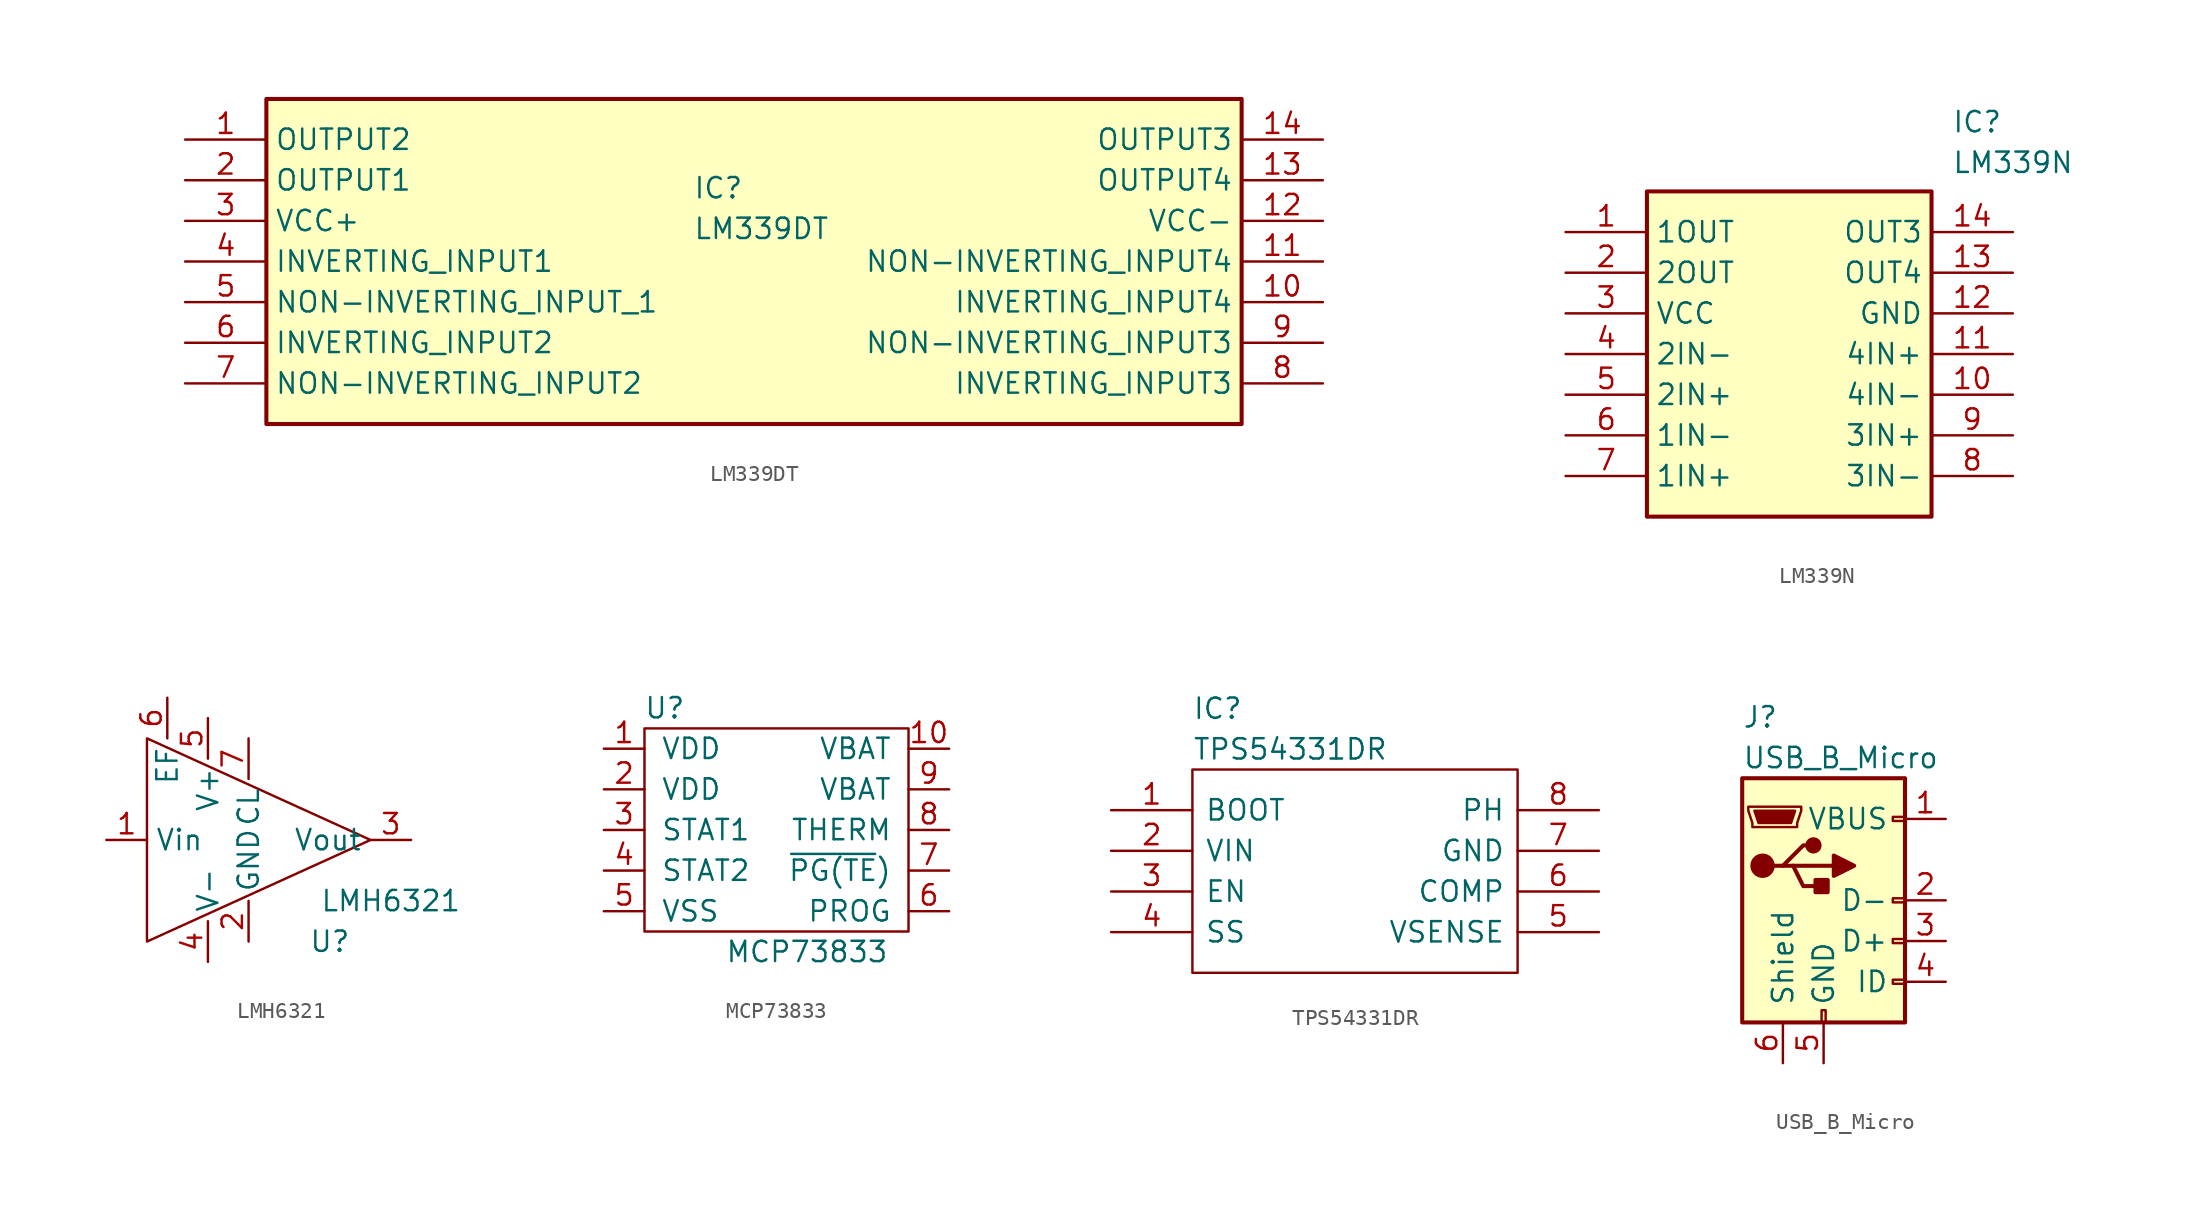
<source format=kicad_sym>
(kicad_symbol_lib
  (version 20231120)
  (generator "kicad_symbol_editor")
  (generator_version "8.0")
  (symbol "LM339DT"
    (property "Reference" "IC"
      (at 31.75 -2.286 0)
      (effects (font (size 1.27 1.27)) (justify left top)))
    (property "Value" "LM339DT"
      (at 31.75 -4.826 0)
      (effects (font (size 1.27 1.27)) (justify left top)))
    (symbol "LM339DT_1_1"
      (rectangle (start 5.08 2.54) (end 66.04 -17.78) (stroke (width 0.254) (type default)) (fill (type background)))
      (pin passive line (at 0 0 0) (length 5.08) (name "OUTPUT2" (effects (font (size 1.27 1.27)))) (number "1" (effects (font (size 1.27 1.27)))))
      (pin passive line (at 71.12 -10.16 180) (length 5.08) (name "INVERTING_INPUT4" (effects (font (size 1.27 1.27)))) (number "10" (effects (font (size 1.27 1.27)))))
      (pin passive line (at 71.12 -7.62 180) (length 5.08) (name "NON-INVERTING_INPUT4" (effects (font (size 1.27 1.27)))) (number "11" (effects (font (size 1.27 1.27)))))
      (pin passive line (at 71.12 -5.08 180) (length 5.08) (name "VCC-" (effects (font (size 1.27 1.27)))) (number "12" (effects (font (size 1.27 1.27)))))
      (pin passive line (at 71.12 -2.54 180) (length 5.08) (name "OUTPUT4" (effects (font (size 1.27 1.27)))) (number "13" (effects (font (size 1.27 1.27)))))
      (pin passive line (at 71.12 0 180) (length 5.08) (name "OUTPUT3" (effects (font (size 1.27 1.27)))) (number "14" (effects (font (size 1.27 1.27)))))
      (pin passive line (at 0 -2.54 0) (length 5.08) (name "OUTPUT1" (effects (font (size 1.27 1.27)))) (number "2" (effects (font (size 1.27 1.27)))))
      (pin passive line (at 0 -5.08 0) (length 5.08) (name "VCC+" (effects (font (size 1.27 1.27)))) (number "3" (effects (font (size 1.27 1.27)))))
      (pin passive line (at 0 -7.62 0) (length 5.08) (name "INVERTING_INPUT1" (effects (font (size 1.27 1.27)))) (number "4" (effects (font (size 1.27 1.27)))))
      (pin passive line (at 0 -10.16 0) (length 5.08) (name "NON-INVERTING_INPUT_1" (effects (font (size 1.27 1.27)))) (number "5" (effects (font (size 1.27 1.27)))))
      (pin passive line (at 0 -12.7 0) (length 5.08) (name "INVERTING_INPUT2" (effects (font (size 1.27 1.27)))) (number "6" (effects (font (size 1.27 1.27)))))
      (pin passive line (at 0 -15.24 0) (length 5.08) (name "NON-INVERTING_INPUT2" (effects (font (size 1.27 1.27)))) (number "7" (effects (font (size 1.27 1.27)))))
      (pin passive line (at 71.12 -15.24 180) (length 5.08) (name "INVERTING_INPUT3" (effects (font (size 1.27 1.27)))) (number "8" (effects (font (size 1.27 1.27)))))
      (pin passive line (at 71.12 -12.7 180) (length 5.08) (name "NON-INVERTING_INPUT3" (effects (font (size 1.27 1.27)))) (number "9" (effects (font (size 1.27 1.27)))))))
  (symbol "LM339N"
    (property "Reference" "IC"
      (at 24.13 7.62 0)
      (effects (font (size 1.27 1.27)) (justify left top)))
    (property "Value" "LM339N"
      (at 24.13 5.08 0)
      (effects (font (size 1.27 1.27)) (justify left top)))
    (symbol "LM339N_1_1"
      (rectangle (start 5.08 2.54) (end 22.86 -17.78) (stroke (width 0.254) (type default)) (fill (type background)))
      (pin passive line (at 0 0 0) (length 5.08) (name "1OUT" (effects (font (size 1.27 1.27)))) (number "1" (effects (font (size 1.27 1.27)))))
      (pin passive line (at 27.94 -10.16 180) (length 5.08) (name "4IN-" (effects (font (size 1.27 1.27)))) (number "10" (effects (font (size 1.27 1.27)))))
      (pin passive line (at 27.94 -7.62 180) (length 5.08) (name "4IN+" (effects (font (size 1.27 1.27)))) (number "11" (effects (font (size 1.27 1.27)))))
      (pin passive line (at 27.94 -5.08 180) (length 5.08) (name "GND" (effects (font (size 1.27 1.27)))) (number "12" (effects (font (size 1.27 1.27)))))
      (pin passive line (at 27.94 -2.54 180) (length 5.08) (name "OUT4" (effects (font (size 1.27 1.27)))) (number "13" (effects (font (size 1.27 1.27)))))
      (pin passive line (at 27.94 0 180) (length 5.08) (name "OUT3" (effects (font (size 1.27 1.27)))) (number "14" (effects (font (size 1.27 1.27)))))
      (pin passive line (at 0 -2.54 0) (length 5.08) (name "2OUT" (effects (font (size 1.27 1.27)))) (number "2" (effects (font (size 1.27 1.27)))))
      (pin passive line (at 0 -5.08 0) (length 5.08) (name "VCC" (effects (font (size 1.27 1.27)))) (number "3" (effects (font (size 1.27 1.27)))))
      (pin passive line (at 0 -7.62 0) (length 5.08) (name "2IN-" (effects (font (size 1.27 1.27)))) (number "4" (effects (font (size 1.27 1.27)))))
      (pin passive line (at 0 -10.16 0) (length 5.08) (name "2IN+" (effects (font (size 1.27 1.27)))) (number "5" (effects (font (size 1.27 1.27)))))
      (pin passive line (at 0 -12.7 0) (length 5.08) (name "1IN-" (effects (font (size 1.27 1.27)))) (number "6" (effects (font (size 1.27 1.27)))))
      (pin passive line (at 0 -15.24 0) (length 5.08) (name "1IN+" (effects (font (size 1.27 1.27)))) (number "7" (effects (font (size 1.27 1.27)))))
      (pin passive line (at 27.94 -15.24 180) (length 5.08) (name "3IN-" (effects (font (size 1.27 1.27)))) (number "8" (effects (font (size 1.27 1.27)))))
      (pin passive line (at 27.94 -12.7 180) (length 5.08) (name "3IN+" (effects (font (size 1.27 1.27)))) (number "9" (effects (font (size 1.27 1.27)))))))
  (symbol "LMH6321"
    (property "Reference" "U"
      (at 11.43 -6.35 0)
      (effects (font (size 1.27 1.27))))
    (property "Value" "LMH6321"
      (at 15.24 -3.81 0)
      (effects (font (size 1.27 1.27))))
    (symbol "LMH6321_0_1"
      (polyline (pts (xy 0 0) (xy 0 6.35) (xy 0 -6.35) (xy 13.97 0) (xy 0 6.35)) (stroke (width 0) (type default)) (fill (type none))))
    (symbol "LMH6321_1_1"
      (pin input line (at -2.54 0 0) (length 2.54) (name "Vin" (effects (font (size 1.27 1.27)))) (number "1" (effects (font (size 1.27 1.27)))))
      (pin input line (at 6.35 -6.35 90) (length 2.54) (name "GND" (effects (font (size 1.27 1.27)))) (number "2" (effects (font (size 1.27 1.27)))))
      (pin input line (at 16.51 0 180) (length 2.54) (name "Vout" (effects (font (size 1.27 1.27)))) (number "3" (effects (font (size 1.27 1.27)))))
      (pin input line (at 3.81 -7.62 90) (length 2.54) (name "V-" (effects (font (size 1.27 1.27)))) (number "4" (effects (font (size 1.27 1.27)))))
      (pin input line (at 3.81 7.62 270) (length 2.54) (name "V+" (effects (font (size 1.27 1.27)))) (number "5" (effects (font (size 1.27 1.27)))))
      (pin input line (at 1.27 8.89 270) (length 2.54) (name "EF" (effects (font (size 1.27 1.27)))) (number "6" (effects (font (size 1.27 1.27)))))
      (pin input line (at 6.35 6.35 270) (length 2.54) (name "CL" (effects (font (size 1.27 1.27)))) (number "7" (effects (font (size 1.27 1.27)))))))
  (symbol "MCP73833"
    (pin_names
      (offset 1.016))
    (property "Reference" "U"
      (at -7.62 7.62 0)
      (effects (font (size 1.27 1.27))))
    (property "Value" "MCP73833"
      (at 1.27 -7.62 0)
      (effects (font (size 1.27 1.27))))
    (symbol "MCP73833_0_1"
      (rectangle (start -8.89 6.35) (end 7.62 -6.35) (stroke (width 0) (type default)) (fill (type none))))
    (symbol "MCP73833_1_1"
      (pin power_in line (at -11.43 5.08 0) (length 2.54) (name "VDD" (effects (font (size 1.27 1.27)))) (number "1" (effects (font (size 1.27 1.27)))))
      (pin power_out line (at 10.16 5.08 180) (length 2.54) (name "VBAT" (effects (font (size 1.27 1.27)))) (number "10" (effects (font (size 1.27 1.27)))))
      (pin power_in line (at -11.43 2.54 0) (length 2.54) (name "VDD" (effects (font (size 1.27 1.27)))) (number "2" (effects (font (size 1.27 1.27)))))
      (pin open_collector line (at -11.43 0 0) (length 2.54) (name "STAT1" (effects (font (size 1.27 1.27)))) (number "3" (effects (font (size 1.27 1.27)))))
      (pin open_collector line (at -11.43 -2.54 0) (length 2.54) (name "STAT2" (effects (font (size 1.27 1.27)))) (number "4" (effects (font (size 1.27 1.27)))))
      (pin passive line (at -11.43 -5.08 0) (length 2.54) (name "VSS" (effects (font (size 1.27 1.27)))) (number "5" (effects (font (size 1.27 1.27)))))
      (pin passive line (at 10.16 -5.08 180) (length 2.54) (name "PROG" (effects (font (size 1.27 1.27)))) (number "6" (effects (font (size 1.27 1.27)))))
      (pin passive line (at 10.16 -2.54 180) (length 2.54) (name "~{PG(TE})" (effects (font (size 1.27 1.27)))) (number "7" (effects (font (size 1.27 1.27)))))
      (pin passive line (at 10.16 0 180) (length 2.54) (name "THERM" (effects (font (size 1.27 1.27)))) (number "8" (effects (font (size 1.27 1.27)))))
      (pin power_out line (at 10.16 2.54 180) (length 2.54) (name "VBAT" (effects (font (size 1.27 1.27)))) (number "9" (effects (font (size 1.27 1.27)))))))
  (symbol "TPS54331DR"
    (pin_names
      (offset 0.762))
    (property "Reference" "IC"
      (at 5.08 6.35 0)
      (effects (font (size 1.27 1.27)) (justify left)))
    (property "Value" "TPS54331DR"
      (at 5.08 3.81 0)
      (effects (font (size 1.27 1.27)) (justify left)))
    (symbol "TPS54331DR_0_0"
      (pin passive line (at 0 0 0) (length 5.08) (name "BOOT" (effects (font (size 1.27 1.27)))) (number "1" (effects (font (size 1.27 1.27)))))
      (pin passive line (at 0 -2.54 0) (length 5.08) (name "VIN" (effects (font (size 1.27 1.27)))) (number "2" (effects (font (size 1.27 1.27)))))
      (pin passive line (at 0 -5.08 0) (length 5.08) (name "EN" (effects (font (size 1.27 1.27)))) (number "3" (effects (font (size 1.27 1.27)))))
      (pin passive line (at 0 -7.62 0) (length 5.08) (name "SS" (effects (font (size 1.27 1.27)))) (number "4" (effects (font (size 1.27 1.27)))))
      (pin passive line (at 30.48 -7.62 180) (length 5.08) (name "VSENSE" (effects (font (size 1.27 1.27)))) (number "5" (effects (font (size 1.27 1.27)))))
      (pin passive line (at 30.48 -5.08 180) (length 5.08) (name "COMP" (effects (font (size 1.27 1.27)))) (number "6" (effects (font (size 1.27 1.27)))))
      (pin passive line (at 30.48 -2.54 180) (length 5.08) (name "GND" (effects (font (size 1.27 1.27)))) (number "7" (effects (font (size 1.27 1.27)))))
      (pin passive line (at 30.48 0 180) (length 5.08) (name "PH" (effects (font (size 1.27 1.27)))) (number "8" (effects (font (size 1.27 1.27))))))
    (symbol "TPS54331DR_0_1"
      (polyline (pts (xy 5.08 2.54) (xy 25.4 2.54) (xy 25.4 -10.16) (xy 5.08 -10.16) (xy 5.08 2.54)) (stroke (width 0.152) (type solid)) (fill (type none)))))
  (symbol "USB_B_Micro"
    (pin_names
      (offset 1.016))
    (property "Reference" "J"
      (at -5.08 11.43 0)
      (effects (font (size 1.27 1.27)) (justify left)))
    (property "Value" "USB_B_Micro"
      (at -5.08 8.89 0)
      (effects (font (size 1.27 1.27)) (justify left)))
    (symbol "USB_B_Micro_0_1"
      (rectangle (start -5.08 -7.62) (end 5.08 7.62) (stroke (width 0.254) (type default)) (fill (type background)))
      (circle (center -3.81 2.159) (radius 0.635) (stroke (width 0.254) (type default)) (fill (type outline)))
      (circle (center -0.635 3.429) (radius 0.381) (stroke (width 0.254) (type default)) (fill (type outline)))
      (rectangle (start -0.127 -7.62) (end 0.127 -6.858) (stroke (width 0) (type default)) (fill (type none)))
      (polyline (pts (xy -1.905 2.159) (xy 0.635 2.159)) (stroke (width 0.254) (type default)) (fill (type none)))
      (polyline (pts (xy -3.175 2.159) (xy -2.54 2.159) (xy -1.27 3.429) (xy -0.635 3.429)) (stroke (width 0.254) (type default)) (fill (type none)))
      (polyline (pts (xy -2.54 2.159) (xy -1.905 2.159) (xy -1.27 0.889) (xy 0 0.889)) (stroke (width 0.254) (type default)) (fill (type none)))
      (polyline (pts (xy 0.635 2.794) (xy 0.635 1.524) (xy 1.905 2.159) (xy 0.635 2.794)) (stroke (width 0.254) (type default)) (fill (type outline)))
      (polyline (pts (xy -4.318 5.588) (xy -1.778 5.588) (xy -2.032 4.826) (xy -4.064 4.826) (xy -4.318 5.588)) (stroke (width 0) (type default)) (fill (type outline)))
      (polyline (pts (xy -4.699 5.842) (xy -4.699 5.588) (xy -4.445 4.826) (xy -4.445 4.572) (xy -1.651 4.572) (xy -1.651 4.826) (xy -1.397 5.588) (xy -1.397 5.842) (xy -4.699 5.842)) (stroke (width 0) (type default)) (fill (type none)))
      (rectangle (start 0.254 1.27) (end -0.508 0.508) (stroke (width 0.254) (type default)) (fill (type outline)))
      (rectangle (start 5.08 -5.207) (end 4.318 -4.953) (stroke (width 0) (type default)) (fill (type none)))
      (rectangle (start 5.08 -2.667) (end 4.318 -2.413) (stroke (width 0) (type default)) (fill (type none)))
      (rectangle (start 5.08 -0.127) (end 4.318 0.127) (stroke (width 0) (type default)) (fill (type none)))
      (rectangle (start 5.08 4.953) (end 4.318 5.207) (stroke (width 0) (type default)) (fill (type none))))
    (symbol "USB_B_Micro_1_1"
      (pin power_out line (at 7.62 5.08 180) (length 2.54) (name "VBUS" (effects (font (size 1.27 1.27)))) (number "1" (effects (font (size 1.27 1.27)))))
      (pin passive line (at 7.62 0 180) (length 2.54) (name "D-" (effects (font (size 1.27 1.27)))) (number "2" (effects (font (size 1.27 1.27)))))
      (pin passive line (at 7.62 -2.54 180) (length 2.54) (name "D+" (effects (font (size 1.27 1.27)))) (number "3" (effects (font (size 1.27 1.27)))))
      (pin passive line (at 7.62 -5.08 180) (length 2.54) (name "ID" (effects (font (size 1.27 1.27)))) (number "4" (effects (font (size 1.27 1.27)))))
      (pin power_out line (at 0 -10.16 90) (length 2.54) (name "GND" (effects (font (size 1.27 1.27)))) (number "5" (effects (font (size 1.27 1.27)))))
      (pin passive line (at -2.54 -10.16 90) (length 2.54) (name "Shield" (effects (font (size 1.27 1.27)))) (number "6" (effects (font (size 1.27 1.27))))))))
</source>
